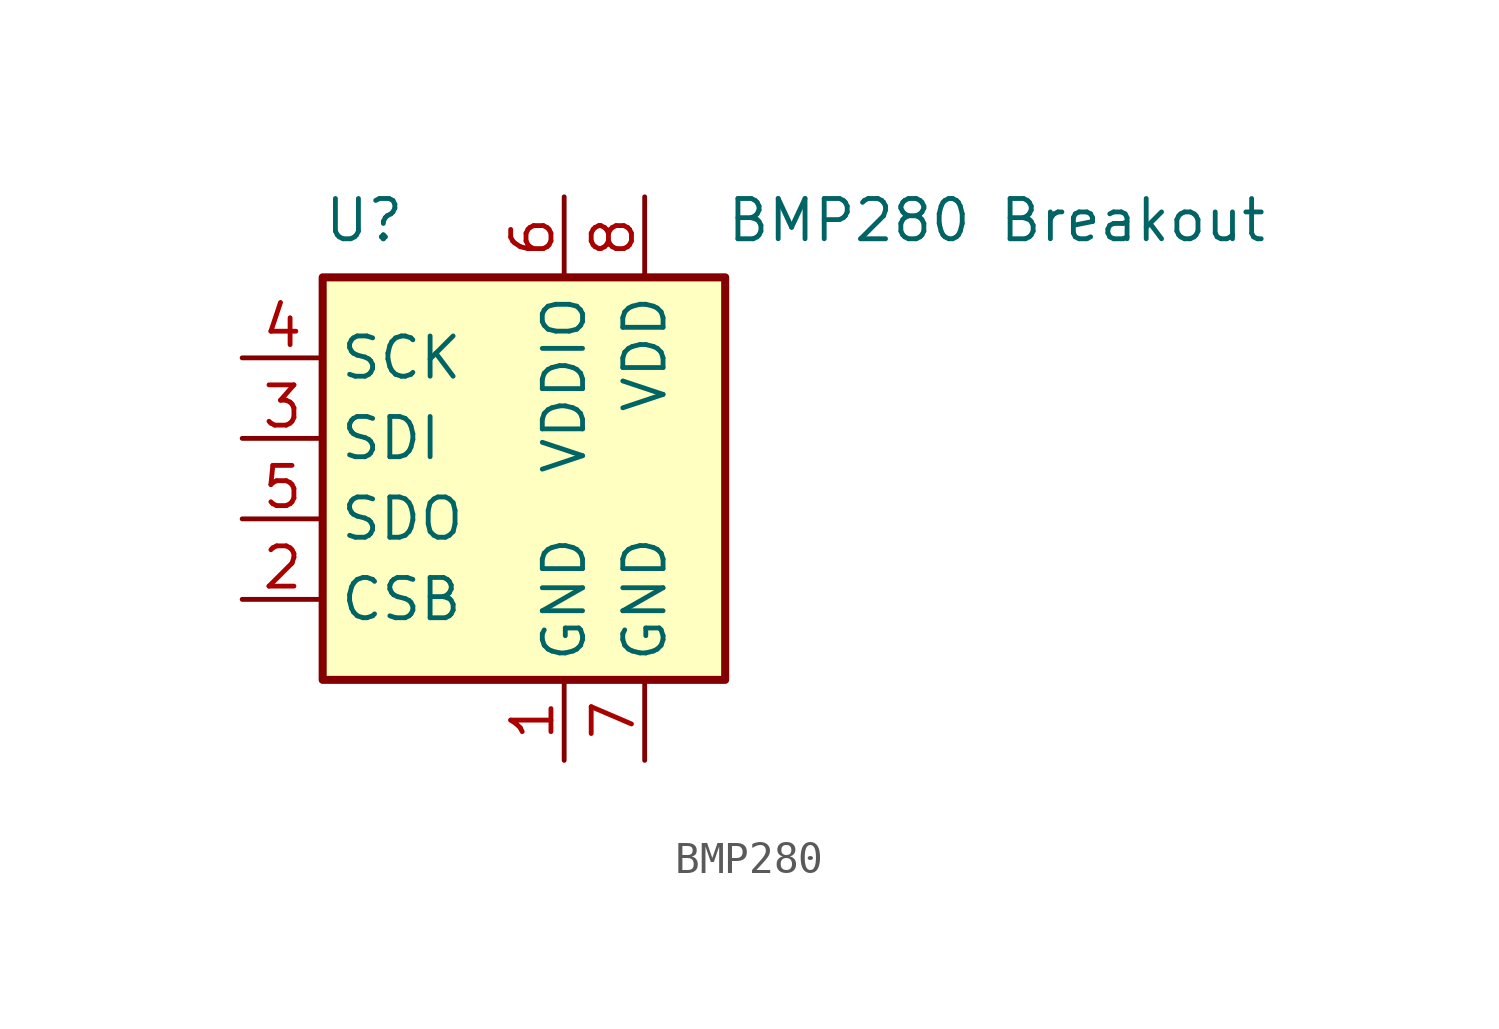
<source format=kicad_sym>
(kicad_symbol_lib
  (version 20220914)
  (generator kicad_symbol_editor)
  (symbol "BMP280"
    (property "Reference" "U"
      (at -7.62 10.16 0)
      (effects (font (size 1.27 1.27)) (justify left top)))
    (property "Value" "BMP280 Breakout"
      (at 5.08 10.16 0)
      (effects (font (size 1.27 1.27)) (justify left top)))
    (symbol "BMP280_0_1"
      (rectangle (start -7.62 -5.08) (end 5.08 7.62) (stroke (width 0.254) (type default)) (fill (type background))))
    (symbol "BMP280_1_1"
      (pin power_in line (at 0 -7.62 90) (length 2.54) (name "GND" (effects (font (size 1.27 1.27)))) (number "1" (effects (font (size 1.27 1.27)))))
      (pin input line (at -10.16 -2.54 0) (length 2.54) (name "CSB" (effects (font (size 1.27 1.27)))) (number "2" (effects (font (size 1.27 1.27)))))
      (pin bidirectional line (at -10.16 2.54 0) (length 2.54) (name "SDI" (effects (font (size 1.27 1.27)))) (number "3" (effects (font (size 1.27 1.27)))))
      (pin input line (at -10.16 5.08 0) (length 2.54) (name "SCK" (effects (font (size 1.27 1.27)))) (number "4" (effects (font (size 1.27 1.27)))))
      (pin bidirectional line (at -10.16 0 0) (length 2.54) (name "SDO" (effects (font (size 1.27 1.27)))) (number "5" (effects (font (size 1.27 1.27)))))
      (pin power_in line (at 0 10.16 270) (length 2.54) (name "VDDIO" (effects (font (size 1.27 1.27)))) (number "6" (effects (font (size 1.27 1.27)))))
      (pin power_in line (at 2.54 -7.62 90) (length 2.54) (name "GND" (effects (font (size 1.27 1.27)))) (number "7" (effects (font (size 1.27 1.27)))))
      (pin power_in line (at 2.54 10.16 270) (length 2.54) (name "VDD" (effects (font (size 1.27 1.27)))) (number "8" (effects (font (size 1.27 1.27))))))))
</source>
